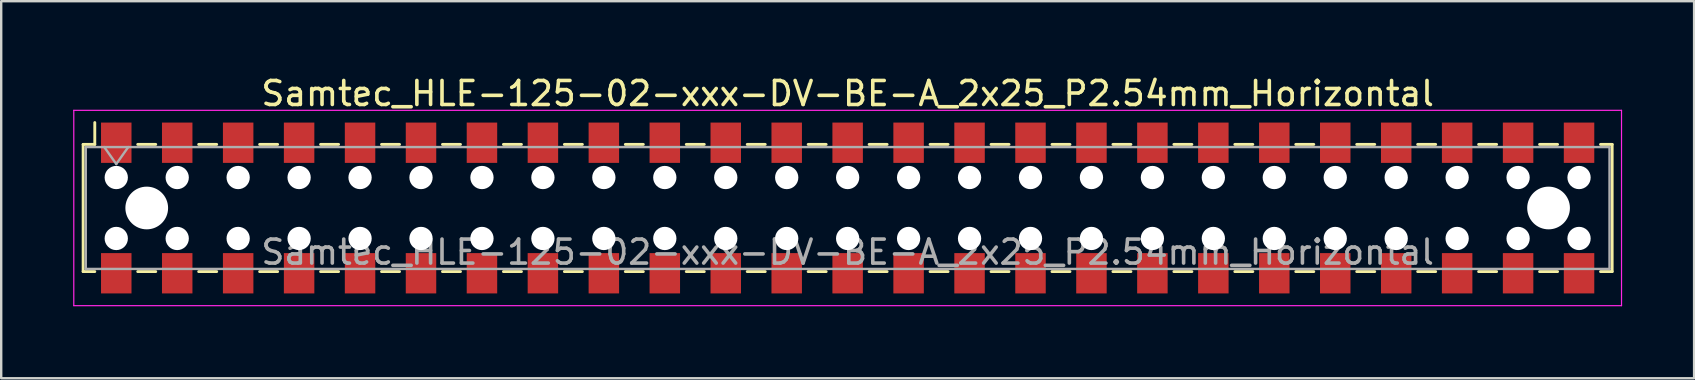
<source format=kicad_pcb>
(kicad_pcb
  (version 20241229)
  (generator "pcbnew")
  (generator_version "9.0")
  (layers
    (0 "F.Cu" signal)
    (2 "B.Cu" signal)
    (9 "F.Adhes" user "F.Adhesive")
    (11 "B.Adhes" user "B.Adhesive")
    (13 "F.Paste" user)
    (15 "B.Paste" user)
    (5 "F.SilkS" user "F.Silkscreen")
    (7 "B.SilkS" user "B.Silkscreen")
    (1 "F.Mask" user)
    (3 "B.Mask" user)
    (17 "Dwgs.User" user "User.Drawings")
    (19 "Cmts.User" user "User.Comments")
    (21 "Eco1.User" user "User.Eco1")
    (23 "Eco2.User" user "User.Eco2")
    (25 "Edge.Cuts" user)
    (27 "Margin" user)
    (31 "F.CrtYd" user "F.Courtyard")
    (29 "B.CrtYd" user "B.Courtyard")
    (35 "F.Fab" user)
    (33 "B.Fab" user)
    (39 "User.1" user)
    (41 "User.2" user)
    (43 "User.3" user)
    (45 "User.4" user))
  (footprint "Samtec_HLE-125-02-xxx-DV-BE-A_2x25_P2.54mm_Horizontal"
    (layer "F.Cu")
    (at 32.275 5.618)
    (property "Reference" "Samtec_HLE-125-02-xxx-DV-BE-A_2x25_P2.54mm_Horizontal" (at 0 -4.77 0) (layer "F.SilkS") (effects (font (size 1 1) (thickness 0.15))))
    (attr smd)
    (fp_line (start -31.86 -2.65) (end -31.86 2.65) (stroke (width 0.12) (type solid)) (layer "F.SilkS"))
    (fp_line (start -31.86 2.65) (end -31.375 2.65) (stroke (width 0.12) (type solid)) (layer "F.SilkS"))
    (fp_line (start -31.375 -3.56) (end -31.375 -2.65) (stroke (width 0.12) (type solid)) (layer "F.SilkS"))
    (fp_line (start -31.375 -2.65) (end -31.86 -2.65) (stroke (width 0.12) (type solid)) (layer "F.SilkS"))
    (fp_line (start -29.585 -2.65) (end -28.835 -2.65) (stroke (width 0.12) (type solid)) (layer "F.SilkS"))
    (fp_line (start -29.585 2.65) (end -28.835 2.65) (stroke (width 0.12) (type solid)) (layer "F.SilkS"))
    (fp_line (start -27.045 -2.65) (end -26.295 -2.65) (stroke (width 0.12) (type solid)) (layer "F.SilkS"))
    (fp_line (start -27.045 2.65) (end -26.295 2.65) (stroke (width 0.12) (type solid)) (layer "F.SilkS"))
    (fp_line (start -24.505 -2.65) (end -23.755 -2.65) (stroke (width 0.12) (type solid)) (layer "F.SilkS"))
    (fp_line (start -24.505 2.65) (end -23.755 2.65) (stroke (width 0.12) (type solid)) (layer "F.SilkS"))
    (fp_line (start -21.965 -2.65) (end -21.215 -2.65) (stroke (width 0.12) (type solid)) (layer "F.SilkS"))
    (fp_line (start -21.965 2.65) (end -21.215 2.65) (stroke (width 0.12) (type solid)) (layer "F.SilkS"))
    (fp_line (start -19.425 -2.65) (end -18.675 -2.65) (stroke (width 0.12) (type solid)) (layer "F.SilkS"))
    (fp_line (start -19.425 2.65) (end -18.675 2.65) (stroke (width 0.12) (type solid)) (layer "F.SilkS"))
    (fp_line (start -16.885 -2.65) (end -16.135 -2.65) (stroke (width 0.12) (type solid)) (layer "F.SilkS"))
    (fp_line (start -16.885 2.65) (end -16.135 2.65) (stroke (width 0.12) (type solid)) (layer "F.SilkS"))
    (fp_line (start -14.345 -2.65) (end -13.595 -2.65) (stroke (width 0.12) (type solid)) (layer "F.SilkS"))
    (fp_line (start -14.345 2.65) (end -13.595 2.65) (stroke (width 0.12) (type solid)) (layer "F.SilkS"))
    (fp_line (start -11.805 -2.65) (end -11.055 -2.65) (stroke (width 0.12) (type solid)) (layer "F.SilkS"))
    (fp_line (start -11.805 2.65) (end -11.055 2.65) (stroke (width 0.12) (type solid)) (layer "F.SilkS"))
    (fp_line (start -9.265 -2.65) (end -8.515 -2.65) (stroke (width 0.12) (type solid)) (layer "F.SilkS"))
    (fp_line (start -9.265 2.65) (end -8.515 2.65) (stroke (width 0.12) (type solid)) (layer "F.SilkS"))
    (fp_line (start -6.725 -2.65) (end -5.975 -2.65) (stroke (width 0.12) (type solid)) (layer "F.SilkS"))
    (fp_line (start -6.725 2.65) (end -5.975 2.65) (stroke (width 0.12) (type solid)) (layer "F.SilkS"))
    (fp_line (start -4.185 -2.65) (end -3.435 -2.65) (stroke (width 0.12) (type solid)) (layer "F.SilkS"))
    (fp_line (start -4.185 2.65) (end -3.435 2.65) (stroke (width 0.12) (type solid)) (layer "F.SilkS"))
    (fp_line (start -1.645 -2.65) (end -0.895 -2.65) (stroke (width 0.12) (type solid)) (layer "F.SilkS"))
    (fp_line (start -1.645 2.65) (end -0.895 2.65) (stroke (width 0.12) (type solid)) (layer "F.SilkS"))
    (fp_line (start 0.895 -2.65) (end 1.645 -2.65) (stroke (width 0.12) (type solid)) (layer "F.SilkS"))
    (fp_line (start 0.895 2.65) (end 1.645 2.65) (stroke (width 0.12) (type solid)) (layer "F.SilkS"))
    (fp_line (start 3.435 -2.65) (end 4.185 -2.65) (stroke (width 0.12) (type solid)) (layer "F.SilkS"))
    (fp_line (start 3.435 2.65) (end 4.185 2.65) (stroke (width 0.12) (type solid)) (layer "F.SilkS"))
    (fp_line (start 5.975 -2.65) (end 6.725 -2.65) (stroke (width 0.12) (type solid)) (layer "F.SilkS"))
    (fp_line (start 5.975 2.65) (end 6.725 2.65) (stroke (width 0.12) (type solid)) (layer "F.SilkS"))
    (fp_line (start 8.515 -2.65) (end 9.265 -2.65) (stroke (width 0.12) (type solid)) (layer "F.SilkS"))
    (fp_line (start 8.515 2.65) (end 9.265 2.65) (stroke (width 0.12) (type solid)) (layer "F.SilkS"))
    (fp_line (start 11.055 -2.65) (end 11.805 -2.65) (stroke (width 0.12) (type solid)) (layer "F.SilkS"))
    (fp_line (start 11.055 2.65) (end 11.805 2.65) (stroke (width 0.12) (type solid)) (layer "F.SilkS"))
    (fp_line (start 13.595 -2.65) (end 14.345 -2.65) (stroke (width 0.12) (type solid)) (layer "F.SilkS"))
    (fp_line (start 13.595 2.65) (end 14.345 2.65) (stroke (width 0.12) (type solid)) (layer "F.SilkS"))
    (fp_line (start 16.135 -2.65) (end 16.885 -2.65) (stroke (width 0.12) (type solid)) (layer "F.SilkS"))
    (fp_line (start 16.135 2.65) (end 16.885 2.65) (stroke (width 0.12) (type solid)) (layer "F.SilkS"))
    (fp_line (start 18.675 -2.65) (end 19.425 -2.65) (stroke (width 0.12) (type solid)) (layer "F.SilkS"))
    (fp_line (start 18.675 2.65) (end 19.425 2.65) (stroke (width 0.12) (type solid)) (layer "F.SilkS"))
    (fp_line (start 21.215 -2.65) (end 21.965 -2.65) (stroke (width 0.12) (type solid)) (layer "F.SilkS"))
    (fp_line (start 21.215 2.65) (end 21.965 2.65) (stroke (width 0.12) (type solid)) (layer "F.SilkS"))
    (fp_line (start 23.755 -2.65) (end 24.505 -2.65) (stroke (width 0.12) (type solid)) (layer "F.SilkS"))
    (fp_line (start 23.755 2.65) (end 24.505 2.65) (stroke (width 0.12) (type solid)) (layer "F.SilkS"))
    (fp_line (start 26.295 -2.65) (end 27.045 -2.65) (stroke (width 0.12) (type solid)) (layer "F.SilkS"))
    (fp_line (start 26.295 2.65) (end 27.045 2.65) (stroke (width 0.12) (type solid)) (layer "F.SilkS"))
    (fp_line (start 28.835 -2.65) (end 29.585 -2.65) (stroke (width 0.12) (type solid)) (layer "F.SilkS"))
    (fp_line (start 28.835 2.65) (end 29.585 2.65) (stroke (width 0.12) (type solid)) (layer "F.SilkS"))
    (fp_line (start 31.375 -2.65) (end 31.86 -2.65) (stroke (width 0.12) (type solid)) (layer "F.SilkS"))
    (fp_line (start 31.86 -2.65) (end 31.86 2.65) (stroke (width 0.12) (type solid)) (layer "F.SilkS"))
    (fp_line (start 31.86 2.65) (end 31.375 2.65) (stroke (width 0.12) (type solid)) (layer "F.SilkS"))
    (fp_line (start -32.25 -4.07) (end 32.25 -4.07) (stroke (width 0.05) (type solid)) (layer "F.CrtYd"))
    (fp_line (start -32.25 4.07) (end -32.25 -4.07) (stroke (width 0.05) (type solid)) (layer "F.CrtYd"))
    (fp_line (start 32.25 -4.07) (end 32.25 4.07) (stroke (width 0.05) (type solid)) (layer "F.CrtYd"))
    (fp_line (start 32.25 4.07) (end -32.25 4.07) (stroke (width 0.05) (type solid)) (layer "F.CrtYd"))
    (fp_line (start -31.75 -2.54) (end 31.75 -2.54) (stroke (width 0.1) (type solid)) (layer "F.Fab"))
    (fp_line (start -31.75 2.54) (end -31.75 -2.54) (stroke (width 0.1) (type solid)) (layer "F.Fab"))
    (fp_line (start -30.98 -2.54) (end -30.48 -1.833) (stroke (width 0.1) (type solid)) (layer "F.Fab"))
    (fp_line (start -30.48 -1.833) (end -29.98 -2.54) (stroke (width 0.1) (type solid)) (layer "F.Fab"))
    (fp_line (start 31.75 -2.54) (end 31.75 2.54) (stroke (width 0.1) (type solid)) (layer "F.Fab"))
    (fp_line (start 31.75 2.54) (end -31.75 2.54) (stroke (width 0.1) (type solid)) (layer "F.Fab"))
    (fp_text user "${REFERENCE}" (at 0 1.84 0) (layer "F.Fab") (effects (font (size 1 1) (thickness 0.15))))
    (pad "" np_thru_hole circle (at -30.48 -1.27) (size 0.97 0.97) (drill 0.97) (layers "*.Cu" "*.Mask"))
    (pad "" np_thru_hole circle (at -30.48 1.27) (size 0.97 0.97) (drill 0.97) (layers "*.Cu" "*.Mask"))
    (pad "" np_thru_hole circle (at -29.21 0) (size 1.78 1.78) (drill 1.78) (layers "*.Cu" "*.Mask"))
    (pad "" np_thru_hole circle (at -27.94 -1.27) (size 0.97 0.97) (drill 0.97) (layers "*.Cu" "*.Mask"))
    (pad "" np_thru_hole circle (at -27.94 1.27) (size 0.97 0.97) (drill 0.97) (layers "*.Cu" "*.Mask"))
    (pad "" np_thru_hole circle (at -25.4 -1.27) (size 0.97 0.97) (drill 0.97) (layers "*.Cu" "*.Mask"))
    (pad "" np_thru_hole circle (at -25.4 1.27) (size 0.97 0.97) (drill 0.97) (layers "*.Cu" "*.Mask"))
    (pad "" np_thru_hole circle (at -22.86 -1.27) (size 0.97 0.97) (drill 0.97) (layers "*.Cu" "*.Mask"))
    (pad "" np_thru_hole circle (at -22.86 1.27) (size 0.97 0.97) (drill 0.97) (layers "*.Cu" "*.Mask"))
    (pad "" np_thru_hole circle (at -20.32 -1.27) (size 0.97 0.97) (drill 0.97) (layers "*.Cu" "*.Mask"))
    (pad "" np_thru_hole circle (at -20.32 1.27) (size 0.97 0.97) (drill 0.97) (layers "*.Cu" "*.Mask"))
    (pad "" np_thru_hole circle (at -17.78 -1.27) (size 0.97 0.97) (drill 0.97) (layers "*.Cu" "*.Mask"))
    (pad "" np_thru_hole circle (at -17.78 1.27) (size 0.97 0.97) (drill 0.97) (layers "*.Cu" "*.Mask"))
    (pad "" np_thru_hole circle (at -15.24 -1.27) (size 0.97 0.97) (drill 0.97) (layers "*.Cu" "*.Mask"))
    (pad "" np_thru_hole circle (at -15.24 1.27) (size 0.97 0.97) (drill 0.97) (layers "*.Cu" "*.Mask"))
    (pad "" np_thru_hole circle (at -12.7 -1.27) (size 0.97 0.97) (drill 0.97) (layers "*.Cu" "*.Mask"))
    (pad "" np_thru_hole circle (at -12.7 1.27) (size 0.97 0.97) (drill 0.97) (layers "*.Cu" "*.Mask"))
    (pad "" np_thru_hole circle (at -10.16 -1.27) (size 0.97 0.97) (drill 0.97) (layers "*.Cu" "*.Mask"))
    (pad "" np_thru_hole circle (at -10.16 1.27) (size 0.97 0.97) (drill 0.97) (layers "*.Cu" "*.Mask"))
    (pad "" np_thru_hole circle (at -7.62 -1.27) (size 0.97 0.97) (drill 0.97) (layers "*.Cu" "*.Mask"))
    (pad "" np_thru_hole circle (at -7.62 1.27) (size 0.97 0.97) (drill 0.97) (layers "*.Cu" "*.Mask"))
    (pad "" np_thru_hole circle (at -5.08 -1.27) (size 0.97 0.97) (drill 0.97) (layers "*.Cu" "*.Mask"))
    (pad "" np_thru_hole circle (at -5.08 1.27) (size 0.97 0.97) (drill 0.97) (layers "*.Cu" "*.Mask"))
    (pad "" np_thru_hole circle (at -2.54 -1.27) (size 0.97 0.97) (drill 0.97) (layers "*.Cu" "*.Mask"))
    (pad "" np_thru_hole circle (at -2.54 1.27) (size 0.97 0.97) (drill 0.97) (layers "*.Cu" "*.Mask"))
    (pad "" np_thru_hole circle (at 0 -1.27) (size 0.97 0.97) (drill 0.97) (layers "*.Cu" "*.Mask"))
    (pad "" np_thru_hole circle (at 0 1.27) (size 0.97 0.97) (drill 0.97) (layers "*.Cu" "*.Mask"))
    (pad "" np_thru_hole circle (at 2.54 -1.27) (size 0.97 0.97) (drill 0.97) (layers "*.Cu" "*.Mask"))
    (pad "" np_thru_hole circle (at 2.54 1.27) (size 0.97 0.97) (drill 0.97) (layers "*.Cu" "*.Mask"))
    (pad "" np_thru_hole circle (at 5.08 -1.27) (size 0.97 0.97) (drill 0.97) (layers "*.Cu" "*.Mask"))
    (pad "" np_thru_hole circle (at 5.08 1.27) (size 0.97 0.97) (drill 0.97) (layers "*.Cu" "*.Mask"))
    (pad "" np_thru_hole circle (at 7.62 -1.27) (size 0.97 0.97) (drill 0.97) (layers "*.Cu" "*.Mask"))
    (pad "" np_thru_hole circle (at 7.62 1.27) (size 0.97 0.97) (drill 0.97) (layers "*.Cu" "*.Mask"))
    (pad "" np_thru_hole circle (at 10.16 -1.27) (size 0.97 0.97) (drill 0.97) (layers "*.Cu" "*.Mask"))
    (pad "" np_thru_hole circle (at 10.16 1.27) (size 0.97 0.97) (drill 0.97) (layers "*.Cu" "*.Mask"))
    (pad "" np_thru_hole circle (at 12.7 -1.27) (size 0.97 0.97) (drill 0.97) (layers "*.Cu" "*.Mask"))
    (pad "" np_thru_hole circle (at 12.7 1.27) (size 0.97 0.97) (drill 0.97) (layers "*.Cu" "*.Mask"))
    (pad "" np_thru_hole circle (at 15.24 -1.27) (size 0.97 0.97) (drill 0.97) (layers "*.Cu" "*.Mask"))
    (pad "" np_thru_hole circle (at 15.24 1.27) (size 0.97 0.97) (drill 0.97) (layers "*.Cu" "*.Mask"))
    (pad "" np_thru_hole circle (at 17.78 -1.27) (size 0.97 0.97) (drill 0.97) (layers "*.Cu" "*.Mask"))
    (pad "" np_thru_hole circle (at 17.78 1.27) (size 0.97 0.97) (drill 0.97) (layers "*.Cu" "*.Mask"))
    (pad "" np_thru_hole circle (at 20.32 -1.27) (size 0.97 0.97) (drill 0.97) (layers "*.Cu" "*.Mask"))
    (pad "" np_thru_hole circle (at 20.32 1.27) (size 0.97 0.97) (drill 0.97) (layers "*.Cu" "*.Mask"))
    (pad "" np_thru_hole circle (at 22.86 -1.27) (size 0.97 0.97) (drill 0.97) (layers "*.Cu" "*.Mask"))
    (pad "" np_thru_hole circle (at 22.86 1.27) (size 0.97 0.97) (drill 0.97) (layers "*.Cu" "*.Mask"))
    (pad "" np_thru_hole circle (at 25.4 -1.27) (size 0.97 0.97) (drill 0.97) (layers "*.Cu" "*.Mask"))
    (pad "" np_thru_hole circle (at 25.4 1.27) (size 0.97 0.97) (drill 0.97) (layers "*.Cu" "*.Mask"))
    (pad "" np_thru_hole circle (at 27.94 -1.27) (size 0.97 0.97) (drill 0.97) (layers "*.Cu" "*.Mask"))
    (pad "" np_thru_hole circle (at 27.94 1.27) (size 0.97 0.97) (drill 0.97) (layers "*.Cu" "*.Mask"))
    (pad "" np_thru_hole circle (at 29.21 0) (size 1.78 1.78) (drill 1.78) (layers "*.Cu" "*.Mask"))
    (pad "" np_thru_hole circle (at 30.48 -1.27) (size 0.97 0.97) (drill 0.97) (layers "*.Cu" "*.Mask"))
    (pad "" np_thru_hole circle (at 30.48 1.27) (size 0.97 0.97) (drill 0.97) (layers "*.Cu" "*.Mask"))
    (pad "1" smd rect (at -30.48 -2.72) (size 1.27 1.68) (layers "F.Cu" "F.Mask" "F.Paste"))
    (pad "2" smd rect (at -30.48 2.72) (size 1.27 1.68) (layers "F.Cu" "F.Mask" "F.Paste"))
    (pad "3" smd rect (at -27.94 -2.72) (size 1.27 1.68) (layers "F.Cu" "F.Mask" "F.Paste"))
    (pad "4" smd rect (at -27.94 2.72) (size 1.27 1.68) (layers "F.Cu" "F.Mask" "F.Paste"))
    (pad "5" smd rect (at -25.4 -2.72) (size 1.27 1.68) (layers "F.Cu" "F.Mask" "F.Paste"))
    (pad "6" smd rect (at -25.4 2.72) (size 1.27 1.68) (layers "F.Cu" "F.Mask" "F.Paste"))
    (pad "7" smd rect (at -22.86 -2.72) (size 1.27 1.68) (layers "F.Cu" "F.Mask" "F.Paste"))
    (pad "8" smd rect (at -22.86 2.72) (size 1.27 1.68) (layers "F.Cu" "F.Mask" "F.Paste"))
    (pad "9" smd rect (at -20.32 -2.72) (size 1.27 1.68) (layers "F.Cu" "F.Mask" "F.Paste"))
    (pad "10" smd rect (at -20.32 2.72) (size 1.27 1.68) (layers "F.Cu" "F.Mask" "F.Paste"))
    (pad "11" smd rect (at -17.78 -2.72) (size 1.27 1.68) (layers "F.Cu" "F.Mask" "F.Paste"))
    (pad "12" smd rect (at -17.78 2.72) (size 1.27 1.68) (layers "F.Cu" "F.Mask" "F.Paste"))
    (pad "13" smd rect (at -15.24 -2.72) (size 1.27 1.68) (layers "F.Cu" "F.Mask" "F.Paste"))
    (pad "14" smd rect (at -15.24 2.72) (size 1.27 1.68) (layers "F.Cu" "F.Mask" "F.Paste"))
    (pad "15" smd rect (at -12.7 -2.72) (size 1.27 1.68) (layers "F.Cu" "F.Mask" "F.Paste"))
    (pad "16" smd rect (at -12.7 2.72) (size 1.27 1.68) (layers "F.Cu" "F.Mask" "F.Paste"))
    (pad "17" smd rect (at -10.16 -2.72) (size 1.27 1.68) (layers "F.Cu" "F.Mask" "F.Paste"))
    (pad "18" smd rect (at -10.16 2.72) (size 1.27 1.68) (layers "F.Cu" "F.Mask" "F.Paste"))
    (pad "19" smd rect (at -7.62 -2.72) (size 1.27 1.68) (layers "F.Cu" "F.Mask" "F.Paste"))
    (pad "20" smd rect (at -7.62 2.72) (size 1.27 1.68) (layers "F.Cu" "F.Mask" "F.Paste"))
    (pad "21" smd rect (at -5.08 -2.72) (size 1.27 1.68) (layers "F.Cu" "F.Mask" "F.Paste"))
    (pad "22" smd rect (at -5.08 2.72) (size 1.27 1.68) (layers "F.Cu" "F.Mask" "F.Paste"))
    (pad "23" smd rect (at -2.54 -2.72) (size 1.27 1.68) (layers "F.Cu" "F.Mask" "F.Paste"))
    (pad "24" smd rect (at -2.54 2.72) (size 1.27 1.68) (layers "F.Cu" "F.Mask" "F.Paste"))
    (pad "25" smd rect (at 0 -2.72) (size 1.27 1.68) (layers "F.Cu" "F.Mask" "F.Paste"))
    (pad "26" smd rect (at 0 2.72) (size 1.27 1.68) (layers "F.Cu" "F.Mask" "F.Paste"))
    (pad "27" smd rect (at 2.54 -2.72) (size 1.27 1.68) (layers "F.Cu" "F.Mask" "F.Paste"))
    (pad "28" smd rect (at 2.54 2.72) (size 1.27 1.68) (layers "F.Cu" "F.Mask" "F.Paste"))
    (pad "29" smd rect (at 5.08 -2.72) (size 1.27 1.68) (layers "F.Cu" "F.Mask" "F.Paste"))
    (pad "30" smd rect (at 5.08 2.72) (size 1.27 1.68) (layers "F.Cu" "F.Mask" "F.Paste"))
    (pad "31" smd rect (at 7.62 -2.72) (size 1.27 1.68) (layers "F.Cu" "F.Mask" "F.Paste"))
    (pad "32" smd rect (at 7.62 2.72) (size 1.27 1.68) (layers "F.Cu" "F.Mask" "F.Paste"))
    (pad "33" smd rect (at 10.16 -2.72) (size 1.27 1.68) (layers "F.Cu" "F.Mask" "F.Paste"))
    (pad "34" smd rect (at 10.16 2.72) (size 1.27 1.68) (layers "F.Cu" "F.Mask" "F.Paste"))
    (pad "35" smd rect (at 12.7 -2.72) (size 1.27 1.68) (layers "F.Cu" "F.Mask" "F.Paste"))
    (pad "36" smd rect (at 12.7 2.72) (size 1.27 1.68) (layers "F.Cu" "F.Mask" "F.Paste"))
    (pad "37" smd rect (at 15.24 -2.72) (size 1.27 1.68) (layers "F.Cu" "F.Mask" "F.Paste"))
    (pad "38" smd rect (at 15.24 2.72) (size 1.27 1.68) (layers "F.Cu" "F.Mask" "F.Paste"))
    (pad "39" smd rect (at 17.78 -2.72) (size 1.27 1.68) (layers "F.Cu" "F.Mask" "F.Paste"))
    (pad "40" smd rect (at 17.78 2.72) (size 1.27 1.68) (layers "F.Cu" "F.Mask" "F.Paste"))
    (pad "41" smd rect (at 20.32 -2.72) (size 1.27 1.68) (layers "F.Cu" "F.Mask" "F.Paste"))
    (pad "42" smd rect (at 20.32 2.72) (size 1.27 1.68) (layers "F.Cu" "F.Mask" "F.Paste"))
    (pad "43" smd rect (at 22.86 -2.72) (size 1.27 1.68) (layers "F.Cu" "F.Mask" "F.Paste"))
    (pad "44" smd rect (at 22.86 2.72) (size 1.27 1.68) (layers "F.Cu" "F.Mask" "F.Paste"))
    (pad "45" smd rect (at 25.4 -2.72) (size 1.27 1.68) (layers "F.Cu" "F.Mask" "F.Paste"))
    (pad "46" smd rect (at 25.4 2.72) (size 1.27 1.68) (layers "F.Cu" "F.Mask" "F.Paste"))
    (pad "47" smd rect (at 27.94 -2.72) (size 1.27 1.68) (layers "F.Cu" "F.Mask" "F.Paste"))
    (pad "48" smd rect (at 27.94 2.72) (size 1.27 1.68) (layers "F.Cu" "F.Mask" "F.Paste"))
    (pad "49" smd rect (at 30.48 -2.72) (size 1.27 1.68) (layers "F.Cu" "F.Mask" "F.Paste"))
    (pad "50" smd rect (at 30.48 2.72) (size 1.27 1.68) (layers "F.Cu" "F.Mask" "F.Paste")))
  (gr_rect
    (start -3 -3)
    (end 67.55 12.713)
    (stroke (width 0.1) (type default))
    (fill no)
    (layer "Edge.Cuts")))
</source>
